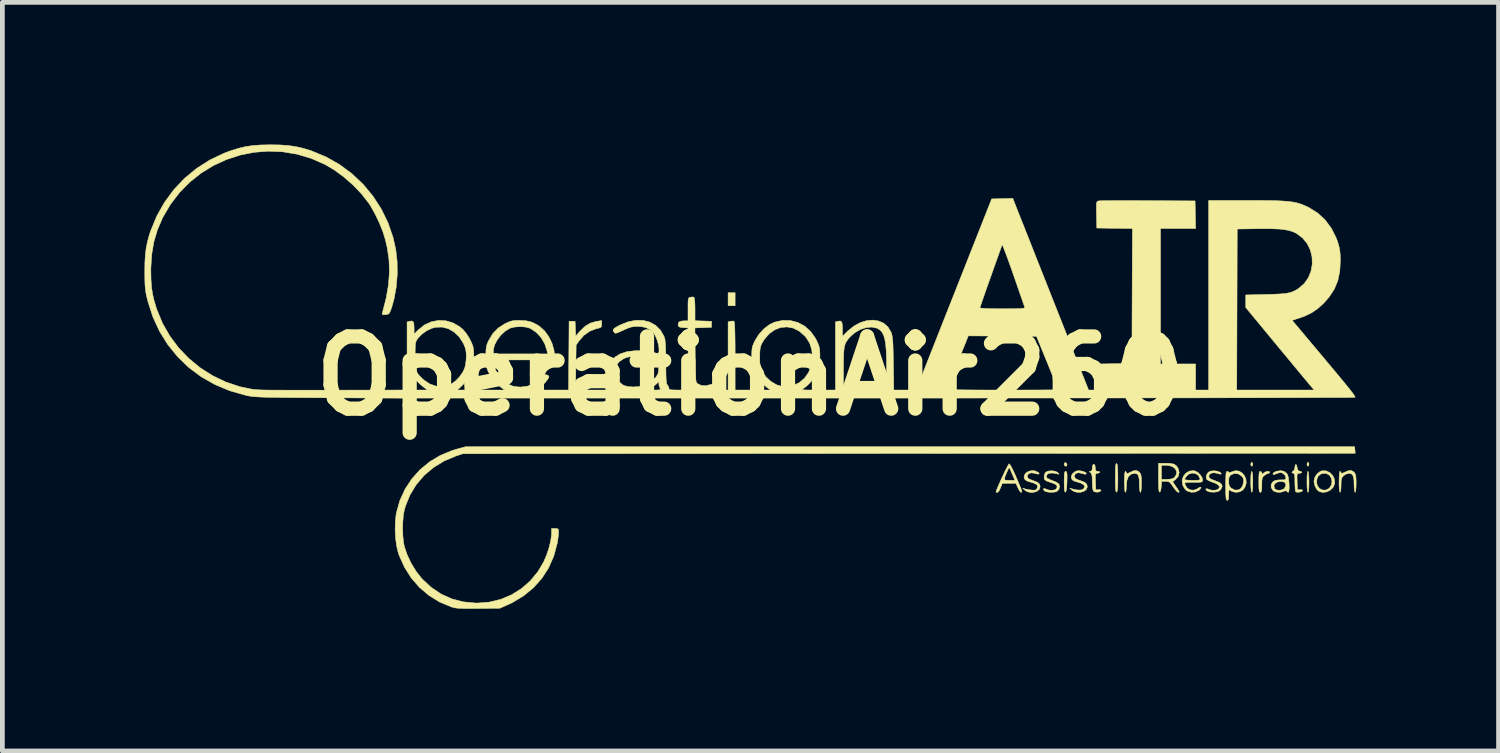
<source format=kicad_pcb>
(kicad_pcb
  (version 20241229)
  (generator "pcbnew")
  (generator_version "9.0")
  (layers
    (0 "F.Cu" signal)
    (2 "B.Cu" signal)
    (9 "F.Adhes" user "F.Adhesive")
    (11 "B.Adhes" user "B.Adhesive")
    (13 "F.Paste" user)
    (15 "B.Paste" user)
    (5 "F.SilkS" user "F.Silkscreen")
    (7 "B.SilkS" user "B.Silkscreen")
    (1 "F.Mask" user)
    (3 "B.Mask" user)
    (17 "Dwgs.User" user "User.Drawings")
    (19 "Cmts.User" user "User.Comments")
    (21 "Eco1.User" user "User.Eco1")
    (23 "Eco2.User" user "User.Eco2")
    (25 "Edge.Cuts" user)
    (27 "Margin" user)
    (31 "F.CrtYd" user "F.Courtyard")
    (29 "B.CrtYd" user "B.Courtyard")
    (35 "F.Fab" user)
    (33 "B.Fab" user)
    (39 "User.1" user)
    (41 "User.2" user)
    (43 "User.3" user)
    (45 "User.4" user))
  (footprint "OperationAir260"
    (layer "F.Cu")
    (at 12.778 4.883)
    (property "Reference" "OperationAir260" (at 0 0 0) (layer "F.SilkS") (effects (font (size 1.524 1.524) (thickness 0.3))))
    (attr through_hole)
    (fp_poly (pts (xy -0.318 -1.482) (xy -0.466 -1.482) (xy -0.466 -1.757) (xy -0.318 -1.757) (xy -0.318 -1.482)) (stroke (width 0.01) (type solid)) (fill yes) (layer "F.SilkS"))
    (fp_poly (pts (xy 6.681 1.856) (xy 6.685 1.87) (xy 6.676 1.9) (xy 6.658 1.905) (xy 6.631 1.887) (xy 6.625 1.861) (xy 6.636 1.83) (xy 6.66 1.829) (xy 6.681 1.856)) (stroke (width 0.01) (type solid)) (fill yes) (layer "F.SilkS"))
    (fp_poly (pts (xy 10.601 1.838) (xy 10.604 1.863) (xy 10.596 1.897) (xy 10.583 1.905) (xy 10.566 1.887) (xy 10.562 1.863) (xy 10.571 1.828) (xy 10.583 1.82) (xy 10.601 1.838)) (stroke (width 0.01) (type solid)) (fill yes) (layer "F.SilkS"))
    (fp_poly (pts (xy 11.786 1.838) (xy 11.79 1.863) (xy 11.781 1.897) (xy 11.769 1.905) (xy 11.751 1.887) (xy 11.748 1.863) (xy 11.756 1.828) (xy 11.769 1.82) (xy 11.786 1.838)) (stroke (width 0.01) (type solid)) (fill yes) (layer "F.SilkS"))
    (fp_poly (pts (xy 10.593 2.031) (xy 10.6 2.088) (xy 10.604 2.175) (xy 10.604 2.233) (xy 10.603 2.335) (xy 10.597 2.409) (xy 10.589 2.449) (xy 10.583 2.455) (xy 10.574 2.435) (xy 10.567 2.378) (xy 10.563 2.291) (xy 10.562 2.233) (xy 10.564 2.131) (xy 10.569 2.057) (xy 10.578 2.017) (xy 10.583 2.011) (xy 10.593 2.031)) (stroke (width 0.01) (type solid)) (fill yes) (layer "F.SilkS"))
    (fp_poly (pts (xy 11.778 2.031) (xy 11.785 2.088) (xy 11.789 2.175) (xy 11.79 2.233) (xy 11.788 2.335) (xy 11.783 2.409) (xy 11.774 2.449) (xy 11.769 2.455) (xy 11.759 2.435) (xy 11.752 2.378) (xy 11.748 2.291) (xy 11.748 2.233) (xy 11.749 2.131) (xy 11.755 2.057) (xy 11.763 2.017) (xy 11.769 2.011) (xy 11.778 2.031)) (stroke (width 0.01) (type solid)) (fill yes) (layer "F.SilkS"))
    (fp_poly (pts (xy 6.672 2.017) (xy 6.681 2.039) (xy 6.686 2.085) (xy 6.686 2.162) (xy 6.684 2.226) (xy 6.679 2.338) (xy 6.67 2.41) (xy 6.657 2.446) (xy 6.652 2.45) (xy 6.639 2.444) (xy 6.631 2.411) (xy 6.627 2.346) (xy 6.625 2.246) (xy 6.625 2.235) (xy 6.626 2.133) (xy 6.629 2.067) (xy 6.636 2.029) (xy 6.648 2.013) (xy 6.658 2.011) (xy 6.672 2.017)) (stroke (width 0.01) (type solid)) (fill yes) (layer "F.SilkS"))
    (fp_poly (pts (xy 7.743 1.863) (xy 7.75 1.907) (xy 7.755 1.983) (xy 7.757 2.094) (xy 7.758 2.148) (xy 7.756 2.275) (xy 7.753 2.364) (xy 7.746 2.42) (xy 7.736 2.447) (xy 7.731 2.45) (xy 7.72 2.444) (xy 7.713 2.414) (xy 7.708 2.355) (xy 7.705 2.264) (xy 7.705 2.148) (xy 7.705 2.023) (xy 7.708 1.934) (xy 7.713 1.879) (xy 7.721 1.851) (xy 7.731 1.847) (xy 7.743 1.863)) (stroke (width 0.01) (type solid)) (fill yes) (layer "F.SilkS"))
    (fp_poly (pts (xy 10.791 2.028) (xy 10.795 2.046) (xy 10.798 2.069) (xy 10.814 2.063) (xy 10.834 2.046) (xy 10.875 2.022) (xy 10.921 2.011) (xy 10.955 2.017) (xy 10.964 2.032) (xy 10.947 2.051) (xy 10.935 2.053) (xy 10.9 2.065) (xy 10.853 2.095) (xy 10.851 2.097) (xy 10.822 2.123) (xy 10.805 2.153) (xy 10.797 2.199) (xy 10.795 2.272) (xy 10.795 2.298) (xy 10.793 2.381) (xy 10.787 2.43) (xy 10.775 2.452) (xy 10.763 2.455) (xy 10.749 2.449) (xy 10.739 2.424) (xy 10.734 2.374) (xy 10.732 2.292) (xy 10.732 2.233) (xy 10.732 2.132) (xy 10.736 2.066) (xy 10.743 2.028) (xy 10.755 2.013) (xy 10.763 2.011) (xy 10.791 2.028)) (stroke (width 0.01) (type solid)) (fill yes) (layer "F.SilkS"))
    (fp_poly (pts (xy 12.149 2.001) (xy 12.227 2.036) (xy 12.289 2.097) (xy 12.327 2.176) (xy 12.333 2.265) (xy 12.331 2.276) (xy 12.297 2.353) (xy 12.235 2.412) (xy 12.155 2.448) (xy 12.071 2.456) (xy 11.996 2.432) (xy 11.949 2.385) (xy 11.913 2.311) (xy 11.9 2.248) (xy 11.95 2.248) (xy 11.97 2.319) (xy 12.013 2.374) (xy 12.072 2.405) (xy 12.139 2.408) (xy 12.205 2.378) (xy 12.225 2.361) (xy 12.265 2.297) (xy 12.275 2.224) (xy 12.26 2.152) (xy 12.221 2.094) (xy 12.163 2.059) (xy 12.126 2.053) (xy 12.043 2.066) (xy 11.988 2.109) (xy 11.96 2.166) (xy 11.95 2.248) (xy 11.9 2.248) (xy 11.896 2.228) (xy 11.896 2.215) (xy 11.914 2.136) (xy 11.962 2.064) (xy 12.028 2.013) (xy 12.063 2.001) (xy 12.149 2.001)) (stroke (width 0.01) (type solid)) (fill yes) (layer "F.SilkS"))
    (fp_poly (pts (xy 7.273 1.879) (xy 7.281 1.93) (xy 7.281 1.937) (xy 7.285 1.987) (xy 7.303 2.007) (xy 7.335 2.011) (xy 7.372 2.018) (xy 7.377 2.032) (xy 7.347 2.05) (xy 7.322 2.053) (xy 7.301 2.056) (xy 7.289 2.071) (xy 7.284 2.107) (xy 7.284 2.171) (xy 7.286 2.228) (xy 7.292 2.402) (xy 7.352 2.398) (xy 7.395 2.402) (xy 7.403 2.419) (xy 7.377 2.441) (xy 7.328 2.451) (xy 7.277 2.447) (xy 7.244 2.431) (xy 7.229 2.393) (xy 7.22 2.319) (xy 7.218 2.236) (xy 7.216 2.147) (xy 7.209 2.09) (xy 7.196 2.056) (xy 7.181 2.04) (xy 7.155 2.019) (xy 7.164 2.012) (xy 7.181 2.012) (xy 7.207 2) (xy 7.217 1.96) (xy 7.218 1.937) (xy 7.225 1.882) (xy 7.247 1.863) (xy 7.25 1.863) (xy 7.273 1.879)) (stroke (width 0.01) (type solid)) (fill yes) (layer "F.SilkS"))
    (fp_poly (pts (xy 11.532 1.891) (xy 11.54 1.931) (xy 11.552 1.983) (xy 11.583 2.005) (xy 11.594 2.007) (xy 11.634 2.021) (xy 11.637 2.04) (xy 11.603 2.052) (xy 11.588 2.053) (xy 11.562 2.055) (xy 11.546 2.065) (xy 11.539 2.092) (xy 11.538 2.144) (xy 11.54 2.228) (xy 11.546 2.402) (xy 11.606 2.398) (xy 11.649 2.402) (xy 11.657 2.419) (xy 11.632 2.439) (xy 11.586 2.451) (xy 11.537 2.452) (xy 11.509 2.442) (xy 11.502 2.416) (xy 11.497 2.357) (xy 11.494 2.278) (xy 11.493 2.24) (xy 11.492 2.148) (xy 11.488 2.091) (xy 11.478 2.062) (xy 11.463 2.053) (xy 11.462 2.053) (xy 11.434 2.043) (xy 11.43 2.034) (xy 11.447 2.011) (xy 11.462 2.003) (xy 11.486 1.974) (xy 11.493 1.927) (xy 11.5 1.877) (xy 11.516 1.865) (xy 11.532 1.891)) (stroke (width 0.01) (type solid)) (fill yes) (layer "F.SilkS"))
    (fp_poly (pts (xy 6.999 2.007) (xy 7.052 2.024) (xy 7.086 2.044) (xy 7.091 2.055) (xy 7.082 2.071) (xy 7.052 2.071) (xy 6.991 2.052) (xy 6.99 2.052) (xy 6.922 2.041) (xy 6.869 2.057) (xy 6.842 2.096) (xy 6.841 2.123) (xy 6.856 2.155) (xy 6.896 2.182) (xy 6.962 2.206) (xy 7.042 2.236) (xy 7.087 2.266) (xy 7.108 2.305) (xy 7.112 2.343) (xy 7.093 2.393) (xy 7.046 2.431) (xy 6.979 2.452) (xy 6.905 2.455) (xy 6.834 2.438) (xy 6.792 2.411) (xy 6.742 2.367) (xy 6.795 2.382) (xy 6.909 2.406) (xy 6.99 2.404) (xy 7.034 2.382) (xy 7.057 2.339) (xy 7.04 2.298) (xy 6.985 2.263) (xy 6.928 2.245) (xy 6.845 2.22) (xy 6.797 2.192) (xy 6.776 2.155) (xy 6.773 2.128) (xy 6.793 2.07) (xy 6.846 2.023) (xy 6.895 2.001) (xy 6.941 1.998) (xy 6.999 2.007)) (stroke (width 0.01) (type solid)) (fill yes) (layer "F.SilkS"))
    (fp_poly (pts (xy 8.198 2.018) (xy 8.213 2.032) (xy 8.233 2.059) (xy 8.246 2.095) (xy 8.253 2.151) (xy 8.255 2.237) (xy 8.255 2.265) (xy 8.253 2.356) (xy 8.247 2.421) (xy 8.237 2.453) (xy 8.234 2.455) (xy 8.223 2.436) (xy 8.216 2.382) (xy 8.213 2.304) (xy 8.213 2.295) (xy 8.209 2.187) (xy 8.196 2.115) (xy 8.172 2.073) (xy 8.133 2.055) (xy 8.111 2.054) (xy 8.034 2.072) (xy 7.979 2.123) (xy 7.947 2.21) (xy 7.938 2.327) (xy 7.934 2.395) (xy 7.926 2.441) (xy 7.916 2.455) (xy 7.907 2.435) (xy 7.9 2.378) (xy 7.896 2.291) (xy 7.895 2.233) (xy 7.897 2.131) (xy 7.902 2.057) (xy 7.911 2.017) (xy 7.916 2.011) (xy 7.935 2.028) (xy 7.938 2.043) (xy 7.944 2.06) (xy 7.968 2.056) (xy 8.017 2.032) (xy 8.093 1.998) (xy 8.15 1.994) (xy 8.198 2.018)) (stroke (width 0.01) (type solid)) (fill yes) (layer "F.SilkS"))
    (fp_poly (pts (xy 6.033 2.011) (xy 6.085 2.04) (xy 6.099 2.061) (xy 6.079 2.071) (xy 6.028 2.063) (xy 6.002 2.054) (xy 5.938 2.043) (xy 5.884 2.057) (xy 5.85 2.09) (xy 5.846 2.122) (xy 5.86 2.154) (xy 5.898 2.18) (xy 5.968 2.206) (xy 6.047 2.236) (xy 6.093 2.267) (xy 6.113 2.305) (xy 6.117 2.341) (xy 6.099 2.394) (xy 6.051 2.432) (xy 5.984 2.454) (xy 5.91 2.457) (xy 5.839 2.438) (xy 5.797 2.411) (xy 5.747 2.367) (xy 5.8 2.382) (xy 5.856 2.394) (xy 5.926 2.405) (xy 5.941 2.407) (xy 6 2.41) (xy 6.034 2.398) (xy 6.053 2.371) (xy 6.066 2.325) (xy 6.045 2.29) (xy 5.987 2.261) (xy 5.932 2.244) (xy 5.849 2.219) (xy 5.802 2.191) (xy 5.781 2.154) (xy 5.779 2.128) (xy 5.797 2.07) (xy 5.846 2.025) (xy 5.915 2) (xy 5.991 1.999) (xy 6.033 2.011)) (stroke (width 0.01) (type solid)) (fill yes) (layer "F.SilkS"))
    (fp_poly (pts (xy 12.729 2.019) (xy 12.742 2.032) (xy 12.763 2.059) (xy 12.776 2.095) (xy 12.782 2.151) (xy 12.785 2.237) (xy 12.785 2.265) (xy 12.782 2.356) (xy 12.776 2.421) (xy 12.767 2.453) (xy 12.764 2.455) (xy 12.753 2.436) (xy 12.745 2.383) (xy 12.742 2.309) (xy 12.739 2.197) (xy 12.726 2.121) (xy 12.701 2.076) (xy 12.663 2.056) (xy 12.636 2.053) (xy 12.563 2.073) (xy 12.519 2.105) (xy 12.491 2.139) (xy 12.475 2.177) (xy 12.468 2.234) (xy 12.467 2.306) (xy 12.464 2.383) (xy 12.457 2.435) (xy 12.446 2.455) (xy 12.446 2.455) (xy 12.436 2.435) (xy 12.429 2.378) (xy 12.425 2.291) (xy 12.425 2.233) (xy 12.427 2.131) (xy 12.432 2.057) (xy 12.44 2.017) (xy 12.446 2.011) (xy 12.465 2.028) (xy 12.467 2.04) (xy 12.475 2.055) (xy 12.504 2.049) (xy 12.546 2.03) (xy 12.623 1.997) (xy 12.681 1.994) (xy 12.729 2.019)) (stroke (width 0.01) (type solid)) (fill yes) (layer "F.SilkS"))
    (fp_poly (pts (xy 9.852 2.007) (xy 9.908 2.028) (xy 9.92 2.037) (xy 9.941 2.065) (xy 9.926 2.073) (xy 9.874 2.061) (xy 9.849 2.052) (xy 9.78 2.041) (xy 9.722 2.053) (xy 9.684 2.084) (xy 9.677 2.122) (xy 9.69 2.153) (xy 9.726 2.178) (xy 9.794 2.204) (xy 9.806 2.208) (xy 9.897 2.245) (xy 9.948 2.286) (xy 9.959 2.333) (xy 9.933 2.388) (xy 9.932 2.389) (xy 9.896 2.426) (xy 9.847 2.444) (xy 9.787 2.451) (xy 9.699 2.447) (xy 9.641 2.426) (xy 9.613 2.395) (xy 9.62 2.378) (xy 9.656 2.383) (xy 9.67 2.39) (xy 9.732 2.409) (xy 9.801 2.411) (xy 9.861 2.397) (xy 9.886 2.379) (xy 9.902 2.338) (xy 9.877 2.298) (xy 9.811 2.261) (xy 9.759 2.242) (xy 9.694 2.217) (xy 9.645 2.191) (xy 9.629 2.177) (xy 9.62 2.128) (xy 9.639 2.069) (xy 9.666 2.032) (xy 9.712 2.008) (xy 9.78 2) (xy 9.852 2.007)) (stroke (width 0.01) (type solid)) (fill yes) (layer "F.SilkS"))
    (fp_poly (pts (xy 6.435 2.01) (xy 6.488 2.036) (xy 6.492 2.04) (xy 6.515 2.067) (xy 6.508 2.073) (xy 6.466 2.062) (xy 6.373 2.047) (xy 6.302 2.054) (xy 6.259 2.083) (xy 6.249 2.132) (xy 6.249 2.136) (xy 6.271 2.158) (xy 6.321 2.185) (xy 6.371 2.205) (xy 6.44 2.232) (xy 6.493 2.262) (xy 6.514 2.28) (xy 6.53 2.333) (xy 6.514 2.391) (xy 6.481 2.429) (xy 6.433 2.448) (xy 6.362 2.454) (xy 6.287 2.45) (xy 6.226 2.434) (xy 6.211 2.425) (xy 6.185 2.395) (xy 6.193 2.375) (xy 6.226 2.378) (xy 6.245 2.387) (xy 6.3 2.407) (xy 6.367 2.412) (xy 6.426 2.402) (xy 6.452 2.388) (xy 6.478 2.342) (xy 6.463 2.301) (xy 6.41 2.269) (xy 6.398 2.265) (xy 6.307 2.236) (xy 6.25 2.213) (xy 6.218 2.192) (xy 6.205 2.165) (xy 6.202 2.129) (xy 6.202 2.127) (xy 6.212 2.069) (xy 6.237 2.029) (xy 6.291 2.006) (xy 6.363 2) (xy 6.435 2.01)) (stroke (width 0.01) (type solid)) (fill yes) (layer "F.SilkS"))
    (fp_poly (pts (xy 5.482 1.871) (xy 5.512 1.921) (xy 5.55 1.998) (xy 5.594 2.093) (xy 5.613 2.138) (xy 5.663 2.255) (xy 5.699 2.34) (xy 5.72 2.396) (xy 5.731 2.431) (xy 5.731 2.448) (xy 5.724 2.455) (xy 5.714 2.455) (xy 5.693 2.438) (xy 5.665 2.392) (xy 5.649 2.36) (xy 5.607 2.265) (xy 5.319 2.265) (xy 5.282 2.36) (xy 5.255 2.416) (xy 5.228 2.45) (xy 5.216 2.455) (xy 5.189 2.452) (xy 5.186 2.45) (xy 5.194 2.42) (xy 5.217 2.361) (xy 5.251 2.283) (xy 5.291 2.193) (xy 5.309 2.154) (xy 5.367 2.154) (xy 5.367 2.185) (xy 5.388 2.198) (xy 5.433 2.201) (xy 5.469 2.201) (xy 5.586 2.201) (xy 5.543 2.101) (xy 5.514 2.034) (xy 5.49 1.977) (xy 5.482 1.958) (xy 5.47 1.938) (xy 5.456 1.945) (xy 5.435 1.986) (xy 5.424 2.011) (xy 5.386 2.098) (xy 5.367 2.154) (xy 5.309 2.154) (xy 5.334 2.1) (xy 5.376 2.011) (xy 5.414 1.935) (xy 5.444 1.88) (xy 5.462 1.853) (xy 5.464 1.852) (xy 5.482 1.871)) (stroke (width 0.01) (type solid)) (fill yes) (layer "F.SilkS"))
    (fp_poly (pts (xy 8.866 1.845) (xy 8.937 1.859) (xy 8.985 1.887) (xy 9.02 1.934) (xy 9.029 1.95) (xy 9.051 2.034) (xy 9.034 2.114) (xy 8.978 2.181) (xy 8.974 2.184) (xy 8.913 2.229) (xy 8.972 2.316) (xy 9.019 2.385) (xy 9.044 2.427) (xy 9.051 2.447) (xy 9.043 2.455) (xy 9.032 2.455) (xy 9.006 2.439) (xy 8.966 2.396) (xy 8.925 2.339) (xy 8.881 2.276) (xy 8.848 2.241) (xy 8.814 2.226) (xy 8.768 2.223) (xy 8.764 2.223) (xy 8.681 2.223) (xy 8.674 2.332) (xy 8.665 2.4) (xy 8.65 2.442) (xy 8.641 2.45) (xy 8.631 2.444) (xy 8.623 2.414) (xy 8.618 2.355) (xy 8.615 2.263) (xy 8.615 2.15) (xy 8.615 1.884) (xy 8.678 1.884) (xy 8.678 2.18) (xy 8.795 2.18) (xy 8.875 2.175) (xy 8.927 2.158) (xy 8.954 2.138) (xy 8.994 2.075) (xy 8.996 2.012) (xy 8.966 1.955) (xy 8.908 1.911) (xy 8.826 1.887) (xy 8.781 1.884) (xy 8.678 1.884) (xy 8.615 1.884) (xy 8.615 1.841) (xy 8.764 1.841) (xy 8.866 1.845)) (stroke (width 0.01) (type solid)) (fill yes) (layer "F.SilkS"))
    (fp_poly (pts (xy 10.319 2.009) (xy 10.383 2.048) (xy 10.432 2.109) (xy 10.461 2.183) (xy 10.466 2.263) (xy 10.441 2.343) (xy 10.398 2.402) (xy 10.329 2.444) (xy 10.245 2.455) (xy 10.165 2.435) (xy 10.144 2.422) (xy 10.117 2.405) (xy 10.103 2.408) (xy 10.097 2.437) (xy 10.097 2.501) (xy 10.097 2.507) (xy 10.094 2.578) (xy 10.084 2.614) (xy 10.065 2.625) (xy 10.065 2.625) (xy 10.052 2.619) (xy 10.043 2.597) (xy 10.038 2.554) (xy 10.034 2.483) (xy 10.033 2.379) (xy 10.033 2.318) (xy 10.033 2.222) (xy 10.097 2.222) (xy 10.101 2.291) (xy 10.117 2.334) (xy 10.152 2.369) (xy 10.227 2.407) (xy 10.3 2.404) (xy 10.349 2.376) (xy 10.388 2.322) (xy 10.407 2.25) (xy 10.411 2.188) (xy 10.396 2.144) (xy 10.365 2.108) (xy 10.293 2.063) (xy 10.215 2.056) (xy 10.144 2.086) (xy 10.113 2.117) (xy 10.099 2.163) (xy 10.097 2.222) (xy 10.033 2.222) (xy 10.034 2.196) (xy 10.036 2.11) (xy 10.04 2.055) (xy 10.048 2.024) (xy 10.058 2.012) (xy 10.065 2.011) (xy 10.093 2.023) (xy 10.097 2.033) (xy 10.113 2.039) (xy 10.153 2.025) (xy 10.162 2.021) (xy 10.244 1.997) (xy 10.319 2.009)) (stroke (width 0.01) (type solid)) (fill yes) (layer "F.SilkS"))
    (fp_poly (pts (xy 11.278 2.018) (xy 11.331 2.069) (xy 11.342 2.092) (xy 11.356 2.146) (xy 11.366 2.217) (xy 11.371 2.295) (xy 11.372 2.368) (xy 11.367 2.424) (xy 11.357 2.454) (xy 11.353 2.455) (xy 11.323 2.439) (xy 11.32 2.431) (xy 11.303 2.418) (xy 11.266 2.431) (xy 11.193 2.453) (xy 11.114 2.452) (xy 11.047 2.428) (xy 11.028 2.413) (xy 10.991 2.351) (xy 10.992 2.317) (xy 11.05 2.317) (xy 11.062 2.37) (xy 11.071 2.382) (xy 11.115 2.407) (xy 11.177 2.411) (xy 11.238 2.395) (xy 11.264 2.378) (xy 11.295 2.331) (xy 11.303 2.294) (xy 11.285 2.251) (xy 11.237 2.228) (xy 11.166 2.228) (xy 11.127 2.236) (xy 11.073 2.268) (xy 11.05 2.317) (xy 10.992 2.317) (xy 10.993 2.286) (xy 11.03 2.231) (xy 11.077 2.204) (xy 11.146 2.193) (xy 11.189 2.192) (xy 11.255 2.191) (xy 11.289 2.184) (xy 11.301 2.166) (xy 11.303 2.145) (xy 11.285 2.095) (xy 11.249 2.061) (xy 11.211 2.04) (xy 11.176 2.038) (xy 11.125 2.054) (xy 11.112 2.059) (xy 11.058 2.078) (xy 11.034 2.078) (xy 11.028 2.063) (xy 11.046 2.039) (xy 11.092 2.015) (xy 11.111 2.009) (xy 11.202 1.997) (xy 11.278 2.018)) (stroke (width 0.01) (type solid)) (fill yes) (layer "F.SilkS"))
    (fp_poly (pts (xy 9.378 2.001) (xy 9.44 2.03) (xy 9.496 2.084) (xy 9.536 2.147) (xy 9.546 2.192) (xy 9.544 2.217) (xy 9.534 2.232) (xy 9.507 2.24) (xy 9.454 2.243) (xy 9.369 2.244) (xy 9.354 2.244) (xy 9.264 2.244) (xy 9.208 2.247) (xy 9.18 2.253) (xy 9.171 2.266) (xy 9.175 2.288) (xy 9.176 2.291) (xy 9.215 2.36) (xy 9.277 2.401) (xy 9.352 2.41) (xy 9.427 2.384) (xy 9.447 2.37) (xy 9.487 2.347) (xy 9.512 2.346) (xy 9.513 2.347) (xy 9.507 2.372) (xy 9.475 2.407) (xy 9.469 2.411) (xy 9.392 2.448) (xy 9.303 2.453) (xy 9.221 2.426) (xy 9.2 2.412) (xy 9.157 2.362) (xy 9.124 2.297) (xy 9.121 2.288) (xy 9.113 2.198) (xy 9.119 2.181) (xy 9.165 2.181) (xy 9.185 2.191) (xy 9.236 2.198) (xy 9.31 2.201) (xy 9.333 2.201) (xy 9.416 2.201) (xy 9.465 2.197) (xy 9.487 2.188) (xy 9.492 2.172) (xy 9.489 2.16) (xy 9.454 2.096) (xy 9.395 2.057) (xy 9.325 2.048) (xy 9.256 2.069) (xy 9.215 2.104) (xy 9.182 2.147) (xy 9.165 2.179) (xy 9.165 2.181) (xy 9.119 2.181) (xy 9.14 2.116) (xy 9.193 2.05) (xy 9.266 2.007) (xy 9.352 1.997) (xy 9.378 2.001)) (stroke (width 0.01) (type solid)) (fill yes) (layer "F.SilkS"))
    (fp_poly (pts (xy 12.76 1.561) (xy 12.766 1.63) (xy 3.351 1.635) (xy -6.064 1.64) (xy -6.212 1.69) (xy -6.461 1.795) (xy -6.683 1.932) (xy -6.879 2.097) (xy -7.044 2.29) (xy -7.176 2.507) (xy -7.274 2.746) (xy -7.294 2.815) (xy -7.317 2.932) (xy -7.329 3.075) (xy -7.333 3.231) (xy -7.327 3.385) (xy -7.312 3.523) (xy -7.296 3.598) (xy -7.237 3.773) (xy -7.151 3.954) (xy -7.047 4.124) (xy -6.933 4.269) (xy -6.926 4.277) (xy -6.733 4.458) (xy -6.524 4.599) (xy -6.299 4.701) (xy -6.056 4.765) (xy -5.796 4.79) (xy -5.757 4.791) (xy -5.504 4.771) (xy -5.262 4.712) (xy -5.034 4.616) (xy -4.826 4.486) (xy -4.64 4.323) (xy -4.481 4.131) (xy -4.359 3.926) (xy -4.298 3.785) (xy -4.247 3.634) (xy -4.211 3.488) (xy -4.192 3.359) (xy -4.191 3.32) (xy -4.191 3.217) (xy -4.117 3.217) (xy -4.069 3.22) (xy -4.048 3.236) (xy -4.043 3.278) (xy -4.043 3.3) (xy -4.047 3.363) (xy -4.058 3.449) (xy -4.073 3.538) (xy -4.145 3.803) (xy -4.253 4.048) (xy -4.396 4.27) (xy -4.572 4.467) (xy -4.78 4.638) (xy -5.017 4.781) (xy -5.112 4.825) (xy -5.281 4.9) (xy -5.736 4.905) (xy -5.893 4.906) (xy -6.014 4.906) (xy -6.106 4.903) (xy -6.177 4.899) (xy -6.232 4.891) (xy -6.279 4.88) (xy -6.308 4.871) (xy -6.553 4.769) (xy -6.777 4.631) (xy -6.978 4.46) (xy -7.151 4.261) (xy -7.295 4.034) (xy -7.406 3.785) (xy -7.429 3.715) (xy -7.462 3.577) (xy -7.482 3.413) (xy -7.491 3.237) (xy -7.486 3.065) (xy -7.469 2.91) (xy -7.464 2.885) (xy -7.391 2.626) (xy -7.281 2.386) (xy -7.137 2.168) (xy -6.963 1.974) (xy -6.76 1.808) (xy -6.531 1.672) (xy -6.279 1.569) (xy -6.18 1.54) (xy -6.001 1.492) (xy 12.753 1.492) (xy 12.76 1.561)) (stroke (width 0.01) (type solid)) (fill yes) (layer "F.SilkS"))
    (fp_poly (pts (xy -9.918 -4.875) (xy -9.748 -4.863) (xy -9.594 -4.841) (xy -9.443 -4.807) (xy -9.282 -4.759) (xy -9.25 -4.748) (xy -8.947 -4.622) (xy -8.663 -4.461) (xy -8.403 -4.268) (xy -8.168 -4.046) (xy -7.961 -3.798) (xy -7.785 -3.526) (xy -7.642 -3.235) (xy -7.536 -2.927) (xy -7.479 -2.678) (xy -7.449 -2.417) (xy -7.446 -2.145) (xy -7.469 -1.873) (xy -7.516 -1.614) (xy -7.563 -1.449) (xy -7.59 -1.374) (xy -7.611 -1.329) (xy -7.633 -1.307) (xy -7.665 -1.298) (xy -7.693 -1.295) (xy -7.745 -1.293) (xy -7.764 -1.302) (xy -7.762 -1.33) (xy -7.759 -1.337) (xy -7.681 -1.641) (xy -7.632 -1.922) (xy -7.612 -2.188) (xy -7.62 -2.446) (xy -7.657 -2.703) (xy -7.696 -2.872) (xy -7.749 -3.044) (xy -7.824 -3.23) (xy -7.912 -3.415) (xy -8.005 -3.582) (xy -8.045 -3.643) (xy -8.192 -3.833) (xy -8.371 -4.021) (xy -8.569 -4.196) (xy -8.778 -4.349) (xy -8.967 -4.461) (xy -9.259 -4.59) (xy -9.558 -4.679) (xy -9.862 -4.73) (xy -10.166 -4.743) (xy -10.468 -4.719) (xy -10.764 -4.66) (xy -11.051 -4.566) (xy -11.326 -4.44) (xy -11.584 -4.281) (xy -11.823 -4.091) (xy -12.04 -3.871) (xy -12.231 -3.622) (xy -12.393 -3.346) (xy -12.399 -3.334) (xy -12.506 -3.085) (xy -12.582 -2.831) (xy -12.627 -2.564) (xy -12.645 -2.274) (xy -12.645 -2.201) (xy -12.641 -2.02) (xy -12.63 -1.868) (xy -12.609 -1.729) (xy -12.577 -1.592) (xy -12.532 -1.441) (xy -12.52 -1.405) (xy -12.401 -1.116) (xy -12.246 -0.845) (xy -12.06 -0.595) (xy -11.844 -0.371) (xy -11.604 -0.173) (xy -11.341 -0.006) (xy -11.061 0.128) (xy -10.766 0.226) (xy -10.534 0.274) (xy -10.503 0.279) (xy -10.474 0.283) (xy -10.443 0.286) (xy -10.408 0.289) (xy -10.365 0.292) (xy -10.311 0.294) (xy -10.244 0.296) (xy -10.161 0.297) (xy -10.058 0.298) (xy -9.932 0.298) (xy -9.781 0.299) (xy -9.601 0.299) (xy -9.389 0.299) (xy -9.143 0.299) (xy -8.859 0.298) (xy -8.684 0.298) (xy -7.239 0.296) (xy -7.07 0.296) (xy -6.81 0.296) (xy -6.904 0.224) (xy -6.964 0.174) (xy -7.014 0.125) (xy -7.033 0.103) (xy -7.052 0.077) (xy -7.063 0.075) (xy -7.067 0.104) (xy -7.068 0.168) (xy -7.069 0.175) (xy -7.07 0.296) (xy -7.239 0.296) (xy -7.239 -0.426) (xy -7.07 -0.426) (xy -7.068 -0.294) (xy -7.061 -0.195) (xy -7.046 -0.119) (xy -7.019 -0.058) (xy -6.977 -0.003) (xy -6.916 0.057) (xy -6.885 0.084) (xy -6.761 0.168) (xy -6.627 0.214) (xy -6.488 0.222) (xy -6.352 0.189) (xy -6.307 0.169) (xy -6.221 0.109) (xy -6.137 0.023) (xy -6.066 -0.076) (xy -6.024 -0.164) (xy -6.006 -0.237) (xy -5.994 -0.331) (xy -5.99 -0.413) (xy -5.994 -0.508) (xy -6.008 -0.582) (xy -6.038 -0.659) (xy -6.055 -0.695) (xy -6.14 -0.827) (xy -6.247 -0.928) (xy -6.369 -0.998) (xy -6.5 -1.032) (xy -6.637 -1.028) (xy -6.716 -1.007) (xy -6.827 -0.954) (xy -6.93 -0.88) (xy -7.009 -0.798) (xy -7.019 -0.784) (xy -7.04 -0.751) (xy -7.054 -0.717) (xy -7.063 -0.674) (xy -7.067 -0.613) (xy -7.069 -0.525) (xy -7.07 -0.426) (xy -7.239 -0.426) (xy -7.239 -1.142) (xy -7.187 -1.155) (xy -7.139 -1.161) (xy -7.11 -1.144) (xy -7.095 -1.098) (xy -7.091 -1.017) (xy -7.091 -1.012) (xy -7.091 -0.884) (xy -7.001 -0.974) (xy -6.871 -1.078) (xy -6.726 -1.144) (xy -6.573 -1.173) (xy -6.419 -1.165) (xy -6.268 -1.12) (xy -6.128 -1.039) (xy -6.054 -0.974) (xy -5.997 -0.906) (xy -5.939 -0.82) (xy -5.898 -0.744) (xy -5.867 -0.674) (xy -5.847 -0.616) (xy -5.837 -0.556) (xy -5.832 -0.479) (xy -5.832 -0.392) (xy -5.834 -0.288) (xy -5.84 -0.212) (xy -5.852 -0.15) (xy -5.875 -0.089) (xy -5.893 -0.048) (xy -5.976 0.09) (xy -6.066 0.19) (xy -6.178 0.296) (xy -5.179 0.296) (xy -5.263 0.236) (xy -5.388 0.124) (xy -5.487 -0.015) (xy -5.523 -0.085) (xy -5.549 -0.146) (xy -5.565 -0.204) (xy -5.574 -0.27) (xy -5.577 -0.36) (xy -5.577 -0.413) (xy -5.577 -0.466) (xy -5.419 -0.466) (xy -4.272 -0.466) (xy -4.287 -0.534) (xy -4.335 -0.68) (xy -4.413 -0.812) (xy -4.514 -0.921) (xy -4.63 -0.999) (xy -4.653 -1.01) (xy -4.742 -1.033) (xy -4.852 -1.041) (xy -4.963 -1.034) (xy -5.055 -1.013) (xy -5.062 -1.01) (xy -5.163 -0.951) (xy -5.257 -0.866) (xy -5.336 -0.764) (xy -5.392 -0.657) (xy -5.418 -0.555) (xy -5.418 -0.534) (xy -5.419 -0.466) (xy -5.577 -0.466) (xy -5.576 -0.517) (xy -5.57 -0.592) (xy -5.558 -0.651) (xy -5.537 -0.709) (xy -5.522 -0.741) (xy -5.432 -0.892) (xy -5.319 -1.01) (xy -5.178 -1.101) (xy -5.17 -1.105) (xy -5.09 -1.142) (xy -5.025 -1.163) (xy -4.956 -1.172) (xy -4.864 -1.174) (xy -4.858 -1.173) (xy -4.724 -1.165) (xy -4.613 -1.138) (xy -4.506 -1.087) (xy -4.439 -1.043) (xy -4.337 -0.951) (xy -4.249 -0.829) (xy -4.181 -0.689) (xy -4.139 -0.543) (xy -4.128 -0.432) (xy -4.128 -0.339) (xy -5.424 -0.339) (xy -5.41 -0.249) (xy -5.37 -0.124) (xy -5.294 -0.001) (xy -5.206 0.094) (xy -5.108 0.169) (xy -5.01 0.213) (xy -4.895 0.231) (xy -4.841 0.233) (xy -4.702 0.216) (xy -4.577 0.169) (xy -4.474 0.095) (xy -4.427 0.039) (xy -4.387 -0.011) (xy -4.355 -0.032) (xy -4.318 -0.03) (xy -4.271 -0.015) (xy -4.249 -0.002) (xy -4.248 0.026) (xy -4.273 0.072) (xy -4.317 0.129) (xy -4.374 0.188) (xy -4.42 0.227) (xy -4.512 0.296) (xy -3.832 0.296) (xy -3.826 -0.429) (xy -3.821 -1.154) (xy -3.694 -1.154) (xy -3.687 -0.999) (xy -3.681 -0.844) (xy -3.584 -0.952) (xy -3.48 -1.051) (xy -3.373 -1.115) (xy -3.252 -1.151) (xy -3.233 -1.154) (xy -3.133 -1.169) (xy -3.133 -1.096) (xy -3.135 -1.054) (xy -3.148 -1.029) (xy -3.183 -1.013) (xy -3.248 -0.997) (xy -3.25 -0.997) (xy -3.385 -0.945) (xy -3.508 -0.858) (xy -3.608 -0.744) (xy -3.672 -0.653) (xy -3.685 0.296) (xy -2.791 0.296) (xy -2.797 0.291) (xy -2.125 0.291) (xy -2.099 0.295) (xy -2.038 0.296) (xy -2.015 0.296) (xy -1.943 0.295) (xy -1.906 0.291) (xy -1.895 0.279) (xy -1.903 0.258) (xy -1.904 0.255) (xy -1.923 0.199) (xy -1.926 0.167) (xy -1.926 0.119) (xy -1.984 0.173) (xy -2.04 0.22) (xy -2.093 0.26) (xy -2.095 0.261) (xy -2.121 0.28) (xy -2.125 0.291) (xy -2.797 0.291) (xy -2.859 0.239) (xy -2.935 0.15) (xy -2.984 0.042) (xy -3.005 -0.076) (xy -3.002 -0.11) (xy -2.857 -0.11) (xy -2.838 0.004) (xy -2.783 0.104) (xy -2.699 0.18) (xy -2.656 0.203) (xy -2.579 0.223) (xy -2.478 0.231) (xy -2.369 0.226) (xy -2.268 0.209) (xy -2.239 0.2) (xy -2.148 0.157) (xy -2.061 0.095) (xy -1.99 0.025) (xy -1.949 -0.038) (xy -1.936 -0.093) (xy -1.93 -0.17) (xy -1.93 -0.224) (xy -1.935 -0.294) (xy -1.945 -0.334) (xy -1.967 -0.357) (xy -2.01 -0.376) (xy -2.021 -0.38) (xy -2.095 -0.397) (xy -2.204 -0.408) (xy -2.339 -0.412) (xy -2.448 -0.411) (xy -2.525 -0.407) (xy -2.584 -0.397) (xy -2.633 -0.381) (xy -2.671 -0.364) (xy -2.764 -0.301) (xy -2.827 -0.22) (xy -2.856 -0.131) (xy -2.857 -0.11) (xy -3.002 -0.11) (xy -2.994 -0.191) (xy -2.958 -0.28) (xy -2.869 -0.386) (xy -2.749 -0.464) (xy -2.599 -0.514) (xy -2.42 -0.534) (xy -2.371 -0.535) (xy -2.202 -0.526) (xy -2.055 -0.502) (xy -1.962 -0.475) (xy -1.936 -0.48) (xy -1.924 -0.517) (xy -1.924 -0.577) (xy -1.934 -0.65) (xy -1.954 -0.73) (xy -1.981 -0.806) (xy -2.015 -0.872) (xy -2.037 -0.902) (xy -2.117 -0.978) (xy -2.203 -1.023) (xy -2.308 -1.043) (xy -2.372 -1.045) (xy -2.45 -1.043) (xy -2.518 -1.031) (xy -2.591 -1.005) (xy -2.678 -0.966) (xy -2.759 -0.929) (xy -2.811 -0.908) (xy -2.842 -0.902) (xy -2.861 -0.91) (xy -2.873 -0.924) (xy -2.891 -0.956) (xy -2.888 -0.983) (xy -2.86 -1.011) (xy -2.801 -1.046) (xy -2.746 -1.075) (xy -2.577 -1.143) (xy -2.413 -1.175) (xy -2.258 -1.173) (xy -2.118 -1.137) (xy -1.995 -1.069) (xy -1.895 -0.97) (xy -1.82 -0.841) (xy -1.808 -0.81) (xy -1.797 -0.763) (xy -1.789 -0.688) (xy -1.783 -0.583) (xy -1.78 -0.442) (xy -1.779 -0.283) (xy -1.778 -0.13) (xy -1.776 -0.014) (xy -1.773 0.071) (xy -1.768 0.128) (xy -1.761 0.165) (xy -1.751 0.185) (xy -1.746 0.191) (xy -1.719 0.232) (xy -1.714 0.257) (xy -1.711 0.274) (xy -1.697 0.285) (xy -1.665 0.292) (xy -1.607 0.295) (xy -1.518 0.296) (xy -1.468 0.296) (xy -1.221 0.296) (xy -1.261 0.252) (xy -1.273 0.236) (xy -1.283 0.215) (xy -1.29 0.184) (xy -1.295 0.138) (xy -1.299 0.071) (xy -1.302 -0.02) (xy -1.305 -0.142) (xy -1.307 -0.298) (xy -1.308 -0.403) (xy -1.314 -1.014) (xy -1.414 -1.02) (xy -1.476 -1.027) (xy -1.507 -1.041) (xy -1.519 -1.069) (xy -1.521 -1.077) (xy -1.515 -1.125) (xy -1.479 -1.153) (xy -1.408 -1.164) (xy -1.392 -1.164) (xy -1.312 -1.164) (xy -1.312 -1.407) (xy -1.312 -1.512) (xy -1.31 -1.581) (xy -1.305 -1.624) (xy -1.295 -1.647) (xy -1.279 -1.658) (xy -1.261 -1.663) (xy -1.213 -1.668) (xy -1.187 -1.662) (xy -1.176 -1.635) (xy -1.169 -1.571) (xy -1.165 -1.477) (xy -1.164 -1.407) (xy -1.164 -1.166) (xy -0.815 -1.154) (xy -0.815 -1.027) (xy -1.166 -1.014) (xy -1.16 -0.442) (xy -1.158 -0.271) (xy -1.156 -0.138) (xy -1.153 -0.037) (xy -1.15 0.037) (xy -1.145 0.088) (xy -1.138 0.122) (xy -1.13 0.142) (xy -1.118 0.156) (xy -1.111 0.161) (xy -1.031 0.2) (xy -0.936 0.205) (xy -0.823 0.177) (xy -0.778 0.16) (xy -0.746 0.164) (xy -0.72 0.195) (xy -0.707 0.236) (xy -0.716 0.271) (xy -0.724 0.278) (xy -0.72 0.287) (xy -0.68 0.293) (xy -0.611 0.296) (xy -0.609 0.296) (xy -0.466 0.296) (xy -0.466 -1.142) (xy -0.414 -1.155) (xy -0.366 -1.16) (xy -0.34 -1.154) (xy -0.333 -1.129) (xy -0.327 -1.063) (xy -0.323 -0.955) (xy -0.32 -0.806) (xy -0.318 -0.616) (xy -0.318 -0.422) (xy -0.318 0.296) (xy 0.43 0.296) (xy 0.345 0.235) (xy 0.216 0.12) (xy 0.122 -0.013) (xy 0.062 -0.168) (xy 0.035 -0.348) (xy 0.034 -0.402) (xy 0.201 -0.402) (xy 0.203 -0.3) (xy 0.209 -0.228) (xy 0.222 -0.171) (xy 0.245 -0.116) (xy 0.254 -0.098) (xy 0.333 0.019) (xy 0.439 0.116) (xy 0.56 0.187) (xy 0.688 0.226) (xy 0.742 0.231) (xy 0.795 0.226) (xy 0.866 0.211) (xy 0.902 0.202) (xy 1.033 0.142) (xy 1.144 0.049) (xy 1.23 -0.071) (xy 1.287 -0.212) (xy 1.312 -0.366) (xy 1.312 -0.393) (xy 1.3 -0.55) (xy 1.259 -0.683) (xy 1.188 -0.801) (xy 1.152 -0.844) (xy 1.036 -0.946) (xy 0.91 -1.01) (xy 0.778 -1.035) (xy 0.647 -1.024) (xy 0.52 -0.976) (xy 0.402 -0.892) (xy 0.299 -0.774) (xy 0.248 -0.69) (xy 0.225 -0.639) (xy 0.211 -0.583) (xy 0.204 -0.51) (xy 0.201 -0.408) (xy 0.201 -0.402) (xy 0.034 -0.402) (xy 0.033 -0.413) (xy 0.034 -0.51) (xy 0.04 -0.58) (xy 0.054 -0.639) (xy 0.081 -0.702) (xy 0.101 -0.745) (xy 0.183 -0.877) (xy 0.288 -0.993) (xy 0.406 -1.084) (xy 0.513 -1.135) (xy 0.682 -1.173) (xy 0.847 -1.17) (xy 1.004 -1.13) (xy 1.148 -1.053) (xy 1.273 -0.942) (xy 1.375 -0.8) (xy 1.404 -0.744) (xy 1.437 -0.672) (xy 1.456 -0.611) (xy 1.467 -0.548) (xy 1.471 -0.466) (xy 1.471 -0.402) (xy 1.469 -0.299) (xy 1.463 -0.224) (xy 1.448 -0.163) (xy 1.424 -0.101) (xy 1.415 -0.082) (xy 1.352 0.029) (xy 1.271 0.134) (xy 1.184 0.22) (xy 1.132 0.257) (xy 1.111 0.271) (xy 1.101 0.282) (xy 1.109 0.288) (xy 1.139 0.293) (xy 1.196 0.295) (xy 1.285 0.296) (xy 1.41 0.296) (xy 1.434 0.296) (xy 1.799 0.296) (xy 1.799 -0.149) (xy 1.968 -0.149) (xy 1.968 0.296) (xy 2.879 0.296) (xy 2.878 -0.153) (xy 2.876 -0.364) (xy 2.87 -0.536) (xy 2.858 -0.674) (xy 2.839 -0.783) (xy 2.813 -0.866) (xy 2.779 -0.928) (xy 2.735 -0.973) (xy 2.68 -1.006) (xy 2.671 -1.01) (xy 2.566 -1.032) (xy 2.448 -1.022) (xy 2.326 -0.982) (xy 2.21 -0.915) (xy 2.108 -0.825) (xy 2.108 -0.825) (xy 2.064 -0.775) (xy 2.031 -0.728) (xy 2.006 -0.68) (xy 1.989 -0.622) (xy 1.978 -0.548) (xy 1.972 -0.453) (xy 1.969 -0.329) (xy 1.969 -0.17) (xy 1.968 -0.149) (xy 1.799 -0.149) (xy 1.799 -1.142) (xy 1.851 -1.155) (xy 1.897 -1.161) (xy 1.926 -1.146) (xy 1.941 -1.105) (xy 1.947 -1.031) (xy 1.947 -0.989) (xy 1.947 -0.838) (xy 2.058 -0.947) (xy 2.185 -1.051) (xy 2.318 -1.124) (xy 2.454 -1.167) (xy 2.585 -1.179) (xy 2.708 -1.161) (xy 2.817 -1.114) (xy 2.906 -1.036) (xy 2.97 -0.929) (xy 2.976 -0.915) (xy 2.988 -0.878) (xy 2.997 -0.832) (xy 3.005 -0.773) (xy 3.011 -0.695) (xy 3.015 -0.593) (xy 3.018 -0.46) (xy 3.021 -0.291) (xy 3.022 -0.259) (xy 3.03 0.296) (xy 3.267 0.296) (xy 3.503 0.295) (xy 3.507 0.284) (xy 4.149 0.284) (xy 4.169 0.287) (xy 4.228 0.289) (xy 4.322 0.291) (xy 4.447 0.292) (xy 4.599 0.294) (xy 4.774 0.295) (xy 4.968 0.296) (xy 5.179 0.296) (xy 5.323 0.296) (xy 5.542 0.296) (xy 5.747 0.296) (xy 5.936 0.295) (xy 6.103 0.295) (xy 6.246 0.294) (xy 6.361 0.293) (xy 6.443 0.291) (xy 6.489 0.29) (xy 6.498 0.289) (xy 6.49 0.268) (xy 6.469 0.214) (xy 6.435 0.13) (xy 6.391 0.021) (xy 6.339 -0.106) (xy 6.282 -0.248) (xy 6.27 -0.277) (xy 6.041 -0.836) (xy 5.322 -0.842) (xy 4.603 -0.847) (xy 4.579 -0.789) (xy 4.565 -0.753) (xy 4.538 -0.685) (xy 4.499 -0.589) (xy 4.452 -0.473) (xy 4.398 -0.341) (xy 4.352 -0.229) (xy 4.297 -0.093) (xy 4.248 0.031) (xy 4.206 0.135) (xy 4.174 0.216) (xy 4.154 0.267) (xy 4.149 0.284) (xy 3.507 0.284) (xy 4.187 -1.438) (xy 4.847 -1.438) (xy 4.868 -1.432) (xy 4.925 -1.427) (xy 5.015 -1.422) (xy 5.133 -1.42) (xy 5.274 -1.418) (xy 5.326 -1.418) (xy 5.486 -1.419) (xy 5.608 -1.42) (xy 5.696 -1.423) (xy 5.754 -1.428) (xy 5.785 -1.434) (xy 5.795 -1.443) (xy 5.795 -1.445) (xy 5.786 -1.47) (xy 5.764 -1.531) (xy 5.733 -1.622) (xy 5.692 -1.739) (xy 5.645 -1.875) (xy 5.592 -2.028) (xy 5.555 -2.134) (xy 5.5 -2.291) (xy 5.449 -2.433) (xy 5.404 -2.556) (xy 5.366 -2.655) (xy 5.338 -2.726) (xy 5.32 -2.764) (xy 5.315 -2.769) (xy 5.306 -2.743) (xy 5.285 -2.682) (xy 5.252 -2.591) (xy 5.211 -2.475) (xy 5.162 -2.339) (xy 5.109 -2.189) (xy 5.077 -2.099) (xy 5.021 -1.943) (xy 4.97 -1.799) (xy 4.926 -1.672) (xy 4.89 -1.568) (xy 4.864 -1.492) (xy 4.849 -1.447) (xy 4.847 -1.438) (xy 4.187 -1.438) (xy 4.299 -1.72) (xy 5.095 -3.736) (xy 5.318 -3.742) (xy 5.541 -3.748) (xy 5.593 -3.615) (xy 5.608 -3.576) (xy 5.638 -3.501) (xy 5.681 -3.393) (xy 5.736 -3.254) (xy 5.802 -3.087) (xy 5.878 -2.896) (xy 5.962 -2.683) (xy 6.053 -2.451) (xy 6.151 -2.204) (xy 6.254 -1.944) (xy 6.361 -1.673) (xy 6.393 -1.593) (xy 7.14 0.296) (xy 7.303 0.296) (xy 7.303 -0.253) (xy 7.678 -0.259) (xy 8.054 -0.265) (xy 8.059 -1.688) (xy 8.065 -3.111) (xy 7.689 -3.116) (xy 7.313 -3.122) (xy 7.307 -3.402) (xy 7.305 -3.515) (xy 7.305 -3.593) (xy 7.308 -3.643) (xy 7.315 -3.672) (xy 7.327 -3.686) (xy 7.345 -3.692) (xy 7.35 -3.694) (xy 7.38 -3.696) (xy 7.448 -3.698) (xy 7.55 -3.699) (xy 7.681 -3.7) (xy 7.837 -3.701) (xy 8.013 -3.701) (xy 8.205 -3.7) (xy 8.393 -3.699) (xy 9.387 -3.694) (xy 9.393 -3.403) (xy 9.399 -3.111) (xy 8.657 -3.111) (xy 8.657 -0.254) (xy 9.398 -0.254) (xy 9.398 0.296) (xy 9.673 0.296) (xy 10.266 0.296) (xy 11.903 0.296) (xy 11.86 0.249) (xy 11.838 0.223) (xy 11.792 0.169) (xy 11.725 0.088) (xy 11.639 -0.015) (xy 11.537 -0.138) (xy 11.422 -0.277) (xy 11.296 -0.429) (xy 11.163 -0.589) (xy 11.136 -0.622) (xy 10.456 -1.445) (xy 10.456 -1.71) (xy 10.885 -1.72) (xy 11.051 -1.725) (xy 11.181 -1.731) (xy 11.282 -1.74) (xy 11.362 -1.753) (xy 11.428 -1.771) (xy 11.485 -1.796) (xy 11.542 -1.828) (xy 11.571 -1.847) (xy 11.69 -1.95) (xy 11.777 -2.074) (xy 11.833 -2.213) (xy 11.859 -2.361) (xy 11.854 -2.511) (xy 11.819 -2.657) (xy 11.753 -2.792) (xy 11.659 -2.909) (xy 11.535 -3.003) (xy 11.521 -3.011) (xy 11.451 -3.044) (xy 11.371 -3.069) (xy 11.278 -3.088) (xy 11.163 -3.1) (xy 11.023 -3.106) (xy 10.85 -3.108) (xy 10.71 -3.107) (xy 10.276 -3.101) (xy 10.266 0.296) (xy 9.673 0.296) (xy 9.673 -3.704) (xy 10.476 -3.704) (xy 10.713 -3.704) (xy 10.913 -3.702) (xy 11.08 -3.699) (xy 11.219 -3.693) (xy 11.334 -3.685) (xy 11.431 -3.673) (xy 11.514 -3.658) (xy 11.588 -3.638) (xy 11.657 -3.613) (xy 11.727 -3.583) (xy 11.78 -3.558) (xy 11.969 -3.442) (xy 12.13 -3.294) (xy 12.263 -3.116) (xy 12.365 -2.912) (xy 12.396 -2.827) (xy 12.424 -2.729) (xy 12.442 -2.638) (xy 12.45 -2.537) (xy 12.452 -2.434) (xy 12.44 -2.209) (xy 12.398 -2.01) (xy 12.323 -1.83) (xy 12.213 -1.663) (xy 12.097 -1.532) (xy 11.968 -1.416) (xy 11.835 -1.327) (xy 11.684 -1.256) (xy 11.575 -1.219) (xy 11.435 -1.175) (xy 12.048 -0.445) (xy 12.21 -0.251) (xy 12.347 -0.088) (xy 12.46 0.049) (xy 12.552 0.16) (xy 12.624 0.249) (xy 12.679 0.319) (xy 12.719 0.371) (xy 12.744 0.408) (xy 12.759 0.433) (xy 12.763 0.448) (xy 12.764 0.449) (xy 12.743 0.45) (xy 12.681 0.452) (xy 12.579 0.453) (xy 12.439 0.454) (xy 12.262 0.455) (xy 12.049 0.455) (xy 11.801 0.456) (xy 11.521 0.457) (xy 11.208 0.458) (xy 10.865 0.459) (xy 10.493 0.46) (xy 10.093 0.46) (xy 9.666 0.461) (xy 9.214 0.462) (xy 8.737 0.462) (xy 8.239 0.463) (xy 7.718 0.464) (xy 7.178 0.464) (xy 6.619 0.464) (xy 6.043 0.465) (xy 5.45 0.465) (xy 4.842 0.465) (xy 4.221 0.466) (xy 3.588 0.466) (xy 2.944 0.466) (xy 2.848 0.466) (xy -7.068 0.466) (xy -7.08 0.942) (xy -7.145 0.948) (xy -7.195 0.948) (xy -7.224 0.939) (xy -7.23 0.913) (xy -7.235 0.854) (xy -7.238 0.772) (xy -7.239 0.696) (xy -7.239 0.468) (xy -8.842 0.46) (xy -9.142 0.459) (xy -9.402 0.457) (xy -9.626 0.456) (xy -9.817 0.454) (xy -9.979 0.452) (xy -10.114 0.45) (xy -10.226 0.448) (xy -10.318 0.445) (xy -10.393 0.441) (xy -10.455 0.437) (xy -10.506 0.432) (xy -10.549 0.426) (xy -10.589 0.419) (xy -10.627 0.411) (xy -10.652 0.405) (xy -10.985 0.31) (xy -11.297 0.179) (xy -11.584 0.015) (xy -11.847 -0.181) (xy -12.081 -0.407) (xy -12.287 -0.661) (xy -12.461 -0.941) (xy -12.602 -1.245) (xy -12.707 -1.572) (xy -12.714 -1.599) (xy -12.736 -1.69) (xy -12.752 -1.769) (xy -12.762 -1.846) (xy -12.769 -1.932) (xy -12.772 -2.036) (xy -12.773 -2.171) (xy -12.773 -2.201) (xy -12.771 -2.395) (xy -12.761 -2.559) (xy -12.743 -2.703) (xy -12.715 -2.841) (xy -12.676 -2.982) (xy -12.648 -3.065) (xy -12.52 -3.375) (xy -12.357 -3.664) (xy -12.161 -3.93) (xy -11.935 -4.169) (xy -11.681 -4.379) (xy -11.402 -4.557) (xy -11.1 -4.701) (xy -10.96 -4.753) (xy -10.802 -4.802) (xy -10.654 -4.838) (xy -10.502 -4.861) (xy -10.334 -4.874) (xy -10.137 -4.878) (xy -10.118 -4.878) (xy -9.918 -4.875)) (stroke (width 0.01) (type solid)) (fill yes) (layer "F.SilkS")))
  (gr_rect
    (start -3 -3)
    (end 28.568 12.795)
    (stroke (width 0.1) (type default))
    (fill no)
    (layer "Edge.Cuts")))
</source>
